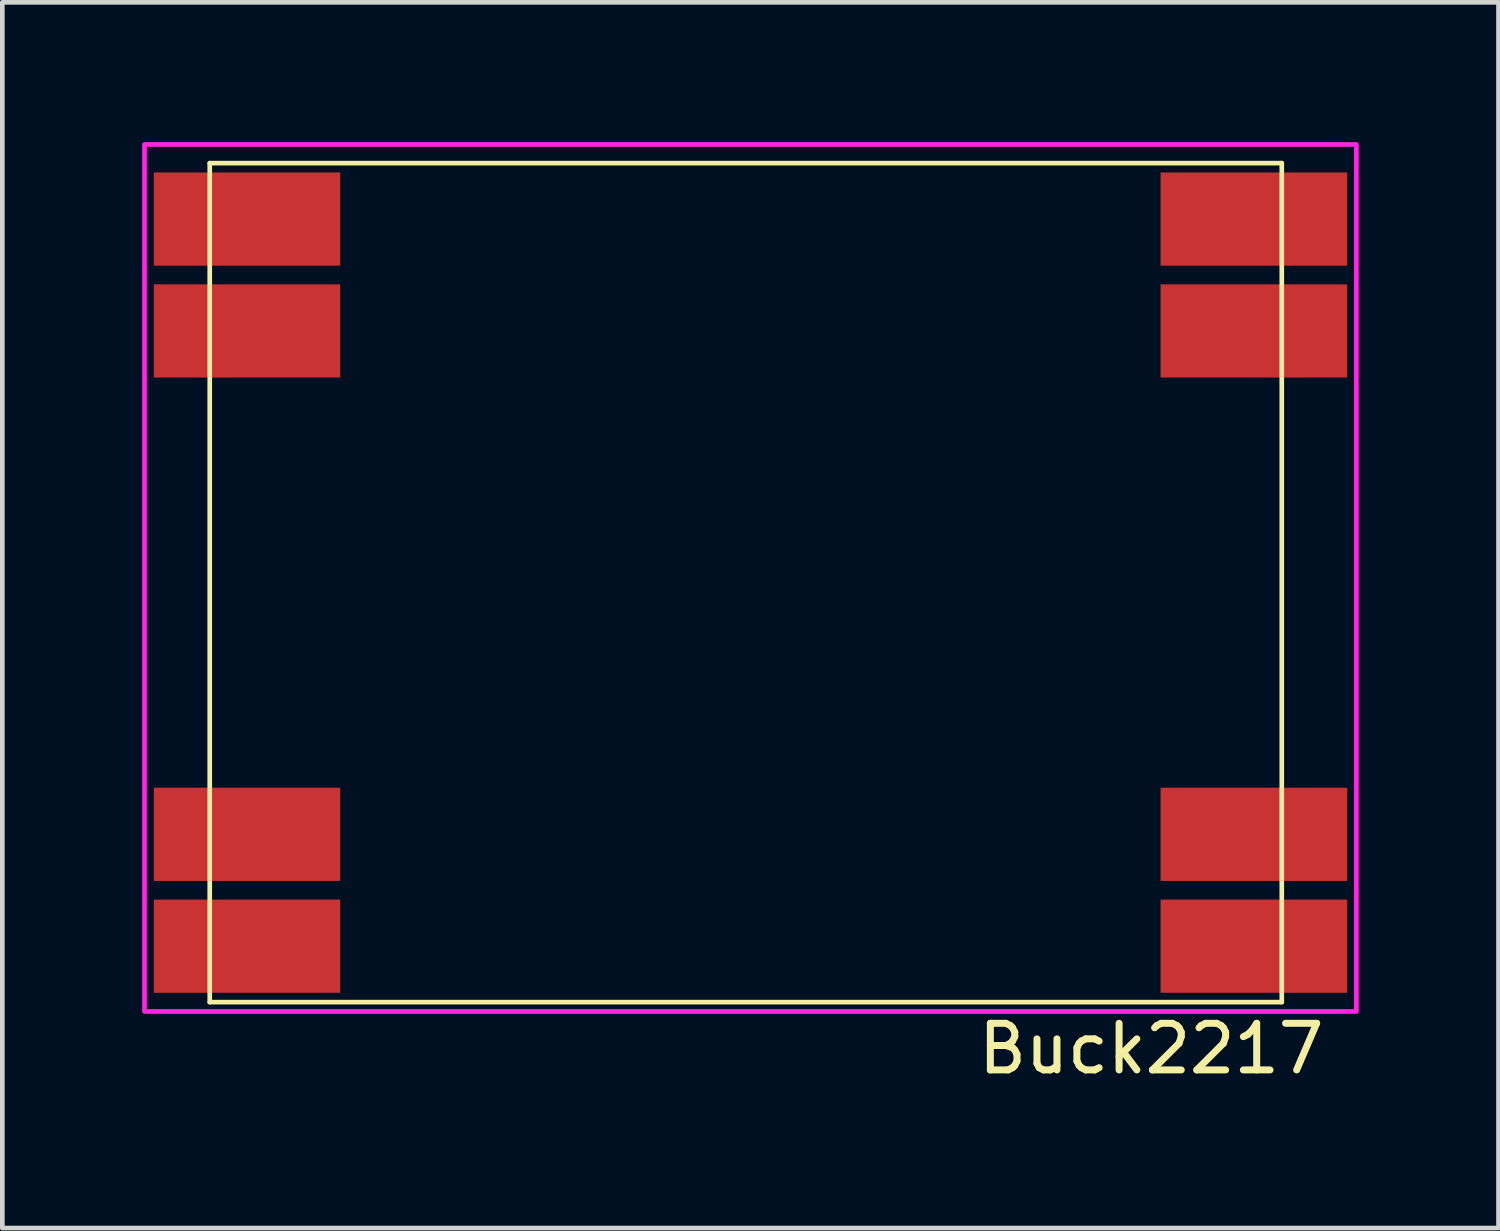
<source format=kicad_pcb>
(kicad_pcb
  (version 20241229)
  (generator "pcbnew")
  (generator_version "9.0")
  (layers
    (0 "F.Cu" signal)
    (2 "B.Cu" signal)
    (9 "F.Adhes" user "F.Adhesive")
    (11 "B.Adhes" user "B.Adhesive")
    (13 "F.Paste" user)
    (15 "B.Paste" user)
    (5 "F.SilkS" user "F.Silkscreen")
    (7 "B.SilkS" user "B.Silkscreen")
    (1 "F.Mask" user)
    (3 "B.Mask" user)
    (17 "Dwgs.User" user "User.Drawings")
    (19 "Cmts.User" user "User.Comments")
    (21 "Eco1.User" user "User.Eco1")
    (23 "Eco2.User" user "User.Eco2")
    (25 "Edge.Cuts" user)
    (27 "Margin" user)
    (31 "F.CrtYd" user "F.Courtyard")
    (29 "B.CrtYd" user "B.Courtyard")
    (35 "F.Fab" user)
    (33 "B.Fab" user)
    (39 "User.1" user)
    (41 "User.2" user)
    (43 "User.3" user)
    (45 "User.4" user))
  (footprint "Buck2217"
    (layer "F.Cu")
    (at 1.45 0.45)
    (property "Reference" "Buck2217" (at 20.2 19 0) (layer "F.SilkS") (effects (font (size 1 1) (thickness 0.15))))
    (attr through_hole)
    (fp_line (start 0 0) (end 23 0) (stroke (width 0.1) (type solid)) (layer "F.SilkS"))
    (fp_line (start 0 18) (end 0 0) (stroke (width 0.1) (type solid)) (layer "F.SilkS"))
    (fp_line (start 23 0) (end 23 18) (stroke (width 0.1) (type solid)) (layer "F.SilkS"))
    (fp_line (start 23 18) (end 0 18) (stroke (width 0.1) (type solid)) (layer "F.SilkS"))
    (fp_poly (pts (xy -1.4 -0.4) (xy 24.6 -0.4) (xy 24.6 18.2) (xy -1.4 18.2)) (stroke (width 0.1) (type solid)) (fill no) (layer "F.CrtYd"))
    (pad "1" smd rect (at 0.8 1.2) (size 4 2) (layers "F.Cu" "F.Mask" "F.Paste"))
    (pad "2" smd rect (at 0.8 3.6) (size 4 2) (layers "F.Cu" "F.Mask" "F.Paste"))
    (pad "3" smd rect (at 0.8 16.8) (size 4 2) (layers "F.Cu" "F.Mask" "F.Paste"))
    (pad "4" smd rect (at 0.8 14.4) (size 4 2) (layers "F.Cu" "F.Mask" "F.Paste"))
    (pad "5" smd rect (at 22.4 1.2) (size 4 2) (layers "F.Cu" "F.Mask" "F.Paste"))
    (pad "6" smd rect (at 22.4 3.6) (size 4 2) (layers "F.Cu" "F.Mask" "F.Paste"))
    (pad "7" smd rect (at 22.4 16.8) (size 4 2) (layers "F.Cu" "F.Mask" "F.Paste"))
    (pad "8" smd rect (at 22.4 14.4) (size 4 2) (layers "F.Cu" "F.Mask" "F.Paste")))
  (gr_rect
    (start -3 -3)
    (end 29.1 23.298)
    (stroke (width 0.1) (type default))
    (fill no)
    (layer "Edge.Cuts")))
</source>
